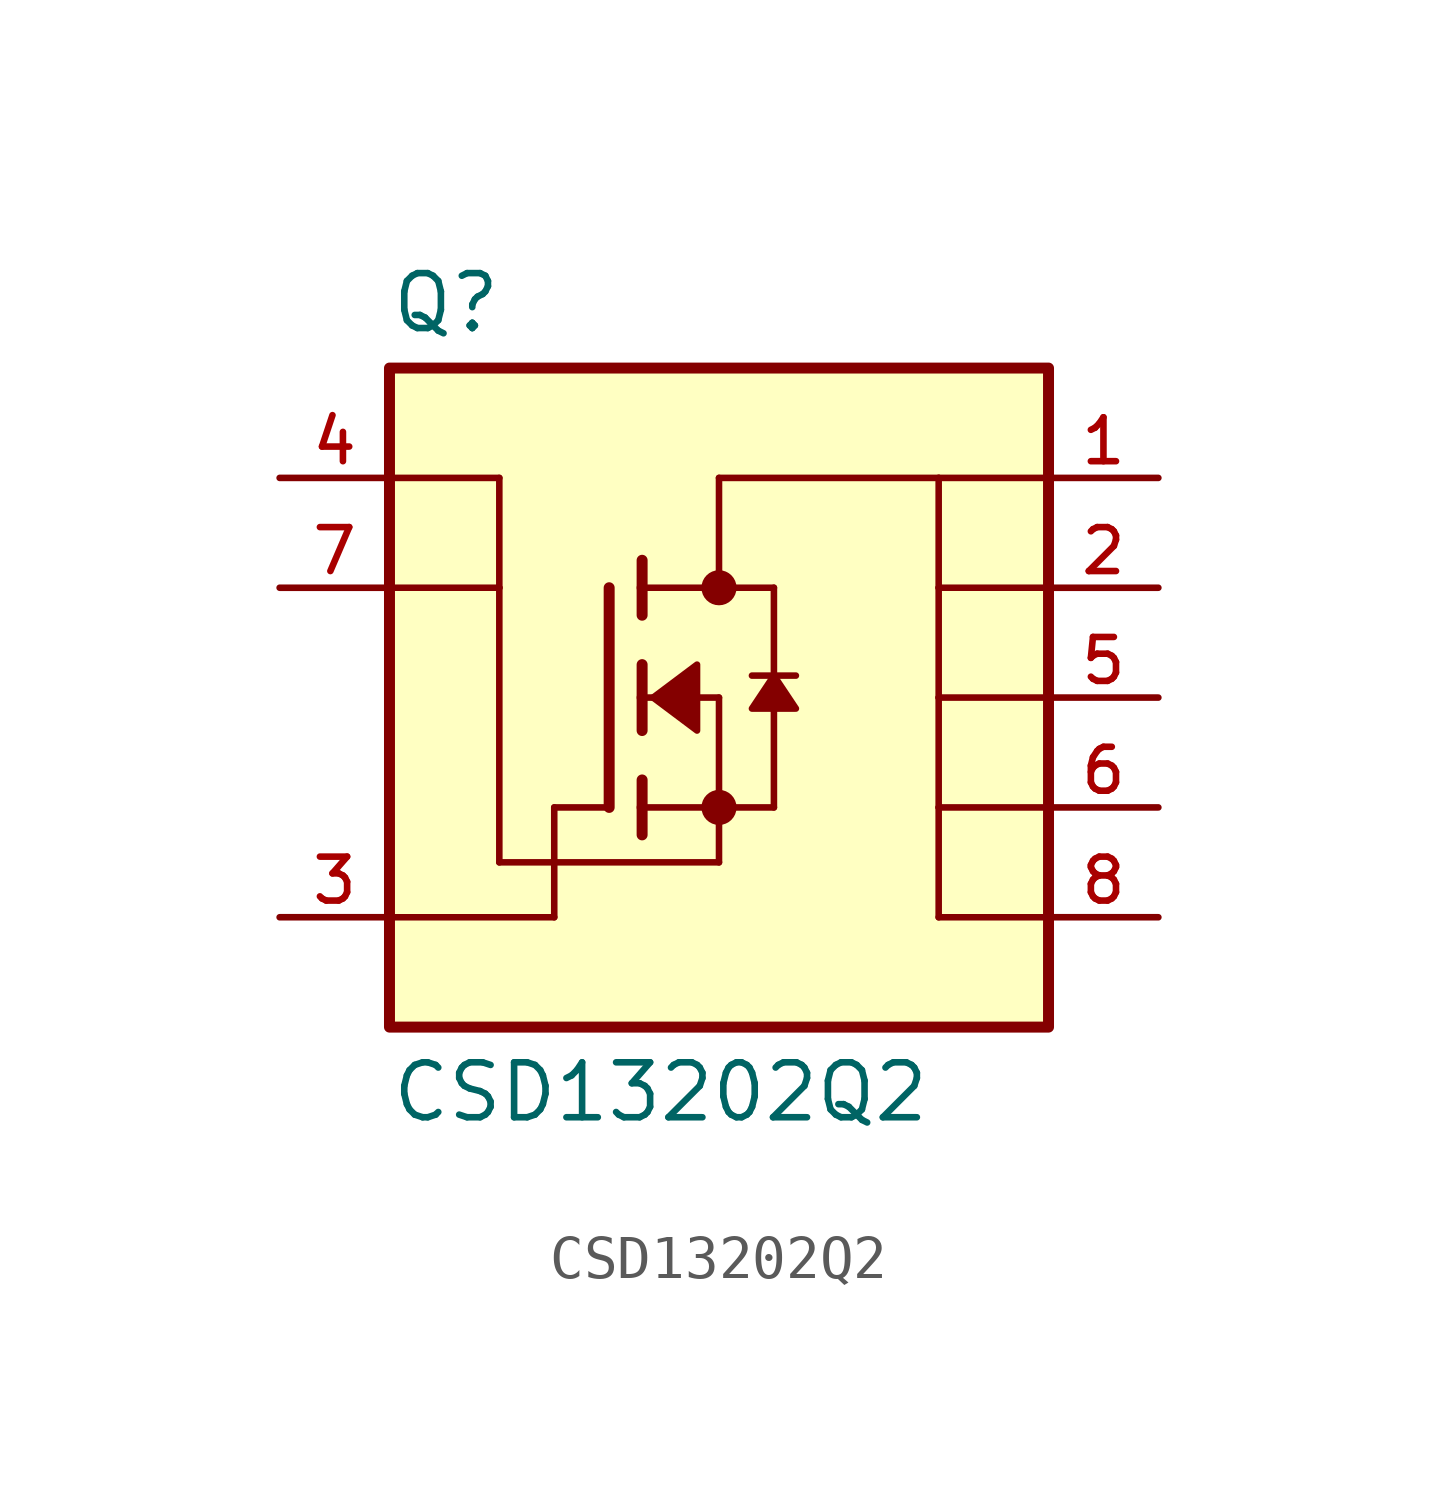
<source format=kicad_sym>
(kicad_symbol_lib
  (version 20211014)
  (generator kicad_symbol_editor)
  (symbol "CSD13202Q2"
    (pin_names
      (offset 1.016))
    (property "Reference" "Q"
      (at -7.62 8.382 0)
      (effects (font (size 1.27 1.27)) (justify bottom left)))
    (property "Value" "CSD13202Q2"
      (at -7.62 -8.382 0)
      (effects (font (size 1.27 1.27)) (justify top left)))
    (symbol "CSD13202Q2_0_0"
      (polyline (pts (xy -1.778 0.762) (xy -1.778 0.0)) (stroke (width 0.254)))
      (polyline (pts (xy -1.778 0.0) (xy -1.778 -0.762)) (stroke (width 0.254)))
      (polyline (pts (xy -1.778 3.175) (xy -1.778 2.54)) (stroke (width 0.254)))
      (polyline (pts (xy -1.778 2.54) (xy -1.778 1.905)) (stroke (width 0.254)))
      (polyline (pts (xy -1.778 0.0) (xy 0.0 0.0)) (stroke (width 0.152)))
      (polyline (pts (xy 0.0 0.0) (xy 0.0 -2.54)) (stroke (width 0.152)))
      (polyline (pts (xy -1.778 -1.905) (xy -1.778 -2.54)) (stroke (width 0.254)))
      (polyline (pts (xy -1.778 -2.54) (xy -1.778 -3.175)) (stroke (width 0.254)))
      (polyline (pts (xy -2.54 2.54) (xy -2.54 -2.54)) (stroke (width 0.254)))
      (polyline (pts (xy 0.0 -2.54) (xy -1.778 -2.54)) (stroke (width 0.152)))
      (polyline (pts (xy 1.27 2.54) (xy 1.27 0.508)) (stroke (width 0.152)))
      (polyline (pts (xy 1.27 0.508) (xy 1.27 -2.54)) (stroke (width 0.152)))
      (polyline (pts (xy 0.0 -2.54) (xy 1.27 -2.54)) (stroke (width 0.152)))
      (polyline (pts (xy -1.778 2.54) (xy 0.0 2.54)) (stroke (width 0.152)))
      (polyline (pts (xy 0.0 2.54) (xy 1.27 2.54)) (stroke (width 0.152)))
      (polyline (pts (xy 1.778 0.508) (xy 1.27 0.508)) (stroke (width 0.152)))
      (polyline (pts (xy 1.27 0.508) (xy 0.762 0.508)) (stroke (width 0.152)))
      (circle (center 0.0 2.54) (radius 0.203) (stroke (width 0.406)) (fill (type none)))
      (polyline (pts (xy 1.27 0.508) (xy 0.762 -0.254) (xy 1.778 -0.254) (xy 1.27 0.508)) (stroke (width 0.152)) (fill (type outline)))
      (polyline (pts (xy -1.524 0.0) (xy -0.508 0.762) (xy -0.508 -0.762) (xy -1.524 0.0)) (stroke (width 0.152)) (fill (type outline)))
      (polyline (pts (xy 5.08 -2.54) (xy 5.08 0.0)) (stroke (width 0.152)))
      (polyline (pts (xy 5.08 0.0) (xy 5.08 2.54)) (stroke (width 0.152)))
      (polyline (pts (xy 5.08 2.54) (xy 5.08 5.08)) (stroke (width 0.152)))
      (polyline (pts (xy 5.08 5.08) (xy 0.0 5.08)) (stroke (width 0.152)))
      (polyline (pts (xy 0.0 5.08) (xy 0.0 2.54)) (stroke (width 0.152)))
      (polyline (pts (xy 5.08 -2.54) (xy 7.62 -2.54)) (stroke (width 0.152)))
      (polyline (pts (xy 5.08 0.0) (xy 7.62 0.0)) (stroke (width 0.152)))
      (polyline (pts (xy 5.08 2.54) (xy 7.62 2.54)) (stroke (width 0.152)))
      (polyline (pts (xy 5.08 5.08) (xy 7.62 5.08)) (stroke (width 0.152)))
      (polyline (pts (xy -7.62 -5.08) (xy -3.81 -5.08)) (stroke (width 0.152)))
      (polyline (pts (xy -3.81 -5.08) (xy -3.81 -2.54)) (stroke (width 0.152)))
      (polyline (pts (xy -3.81 -2.54) (xy -2.54 -2.54)) (stroke (width 0.152)))
      (polyline (pts (xy -7.62 5.08) (xy -5.08 5.08)) (stroke (width 0.152)))
      (polyline (pts (xy -5.08 5.08) (xy -5.08 2.54)) (stroke (width 0.152)))
      (polyline (pts (xy -7.62 2.54) (xy -5.08 2.54)) (stroke (width 0.152)))
      (polyline (pts (xy -5.08 2.54) (xy -5.08 -3.81)) (stroke (width 0.152)))
      (polyline (pts (xy -5.08 -3.81) (xy 0.0 -3.81)) (stroke (width 0.152)))
      (polyline (pts (xy 0.0 -3.81) (xy 0.0 -2.54)) (stroke (width 0.152)))
      (circle (center 0.0 -2.54) (radius 0.203) (stroke (width 0.406)) (fill (type none)))
      (polyline (pts (xy 5.08 -5.08) (xy 7.62 -5.08)) (stroke (width 0.152)))
      (polyline (pts (xy 5.08 -5.08) (xy 5.08 -2.54)) (stroke (width 0.152)))
      (rectangle (start -7.62 -7.62) (end 7.62 7.62) (stroke (width 0.254)) (fill (type background)))
      (pin passive line (at -10.16 5.08 0) (length 2.54) (name "~" (effects (font (size 1.016 1.016)))) (number "4" (effects (font (size 1.016 1.016)))))
      (pin passive line (at -10.16 -5.08 0) (length 2.54) (name "~" (effects (font (size 1.016 1.016)))) (number "3" (effects (font (size 1.016 1.016)))))
      (pin passive line (at 10.16 0.0 180.0) (length 2.54) (name "~" (effects (font (size 1.016 1.016)))) (number "5" (effects (font (size 1.016 1.016)))))
      (pin passive line (at 10.16 -2.54 180.0) (length 2.54) (name "~" (effects (font (size 1.016 1.016)))) (number "6" (effects (font (size 1.016 1.016)))))
      (pin passive line (at 10.16 2.54 180.0) (length 2.54) (name "~" (effects (font (size 1.016 1.016)))) (number "2" (effects (font (size 1.016 1.016)))))
      (pin passive line (at 10.16 5.08 180.0) (length 2.54) (name "~" (effects (font (size 1.016 1.016)))) (number "1" (effects (font (size 1.016 1.016)))))
      (pin passive line (at -10.16 2.54 0) (length 2.54) (name "~" (effects (font (size 1.016 1.016)))) (number "7" (effects (font (size 1.016 1.016)))))
      (pin passive line (at 10.16 -5.08 180.0) (length 2.54) (name "~" (effects (font (size 1.016 1.016)))) (number "8" (effects (font (size 1.016 1.016))))))))
</source>
